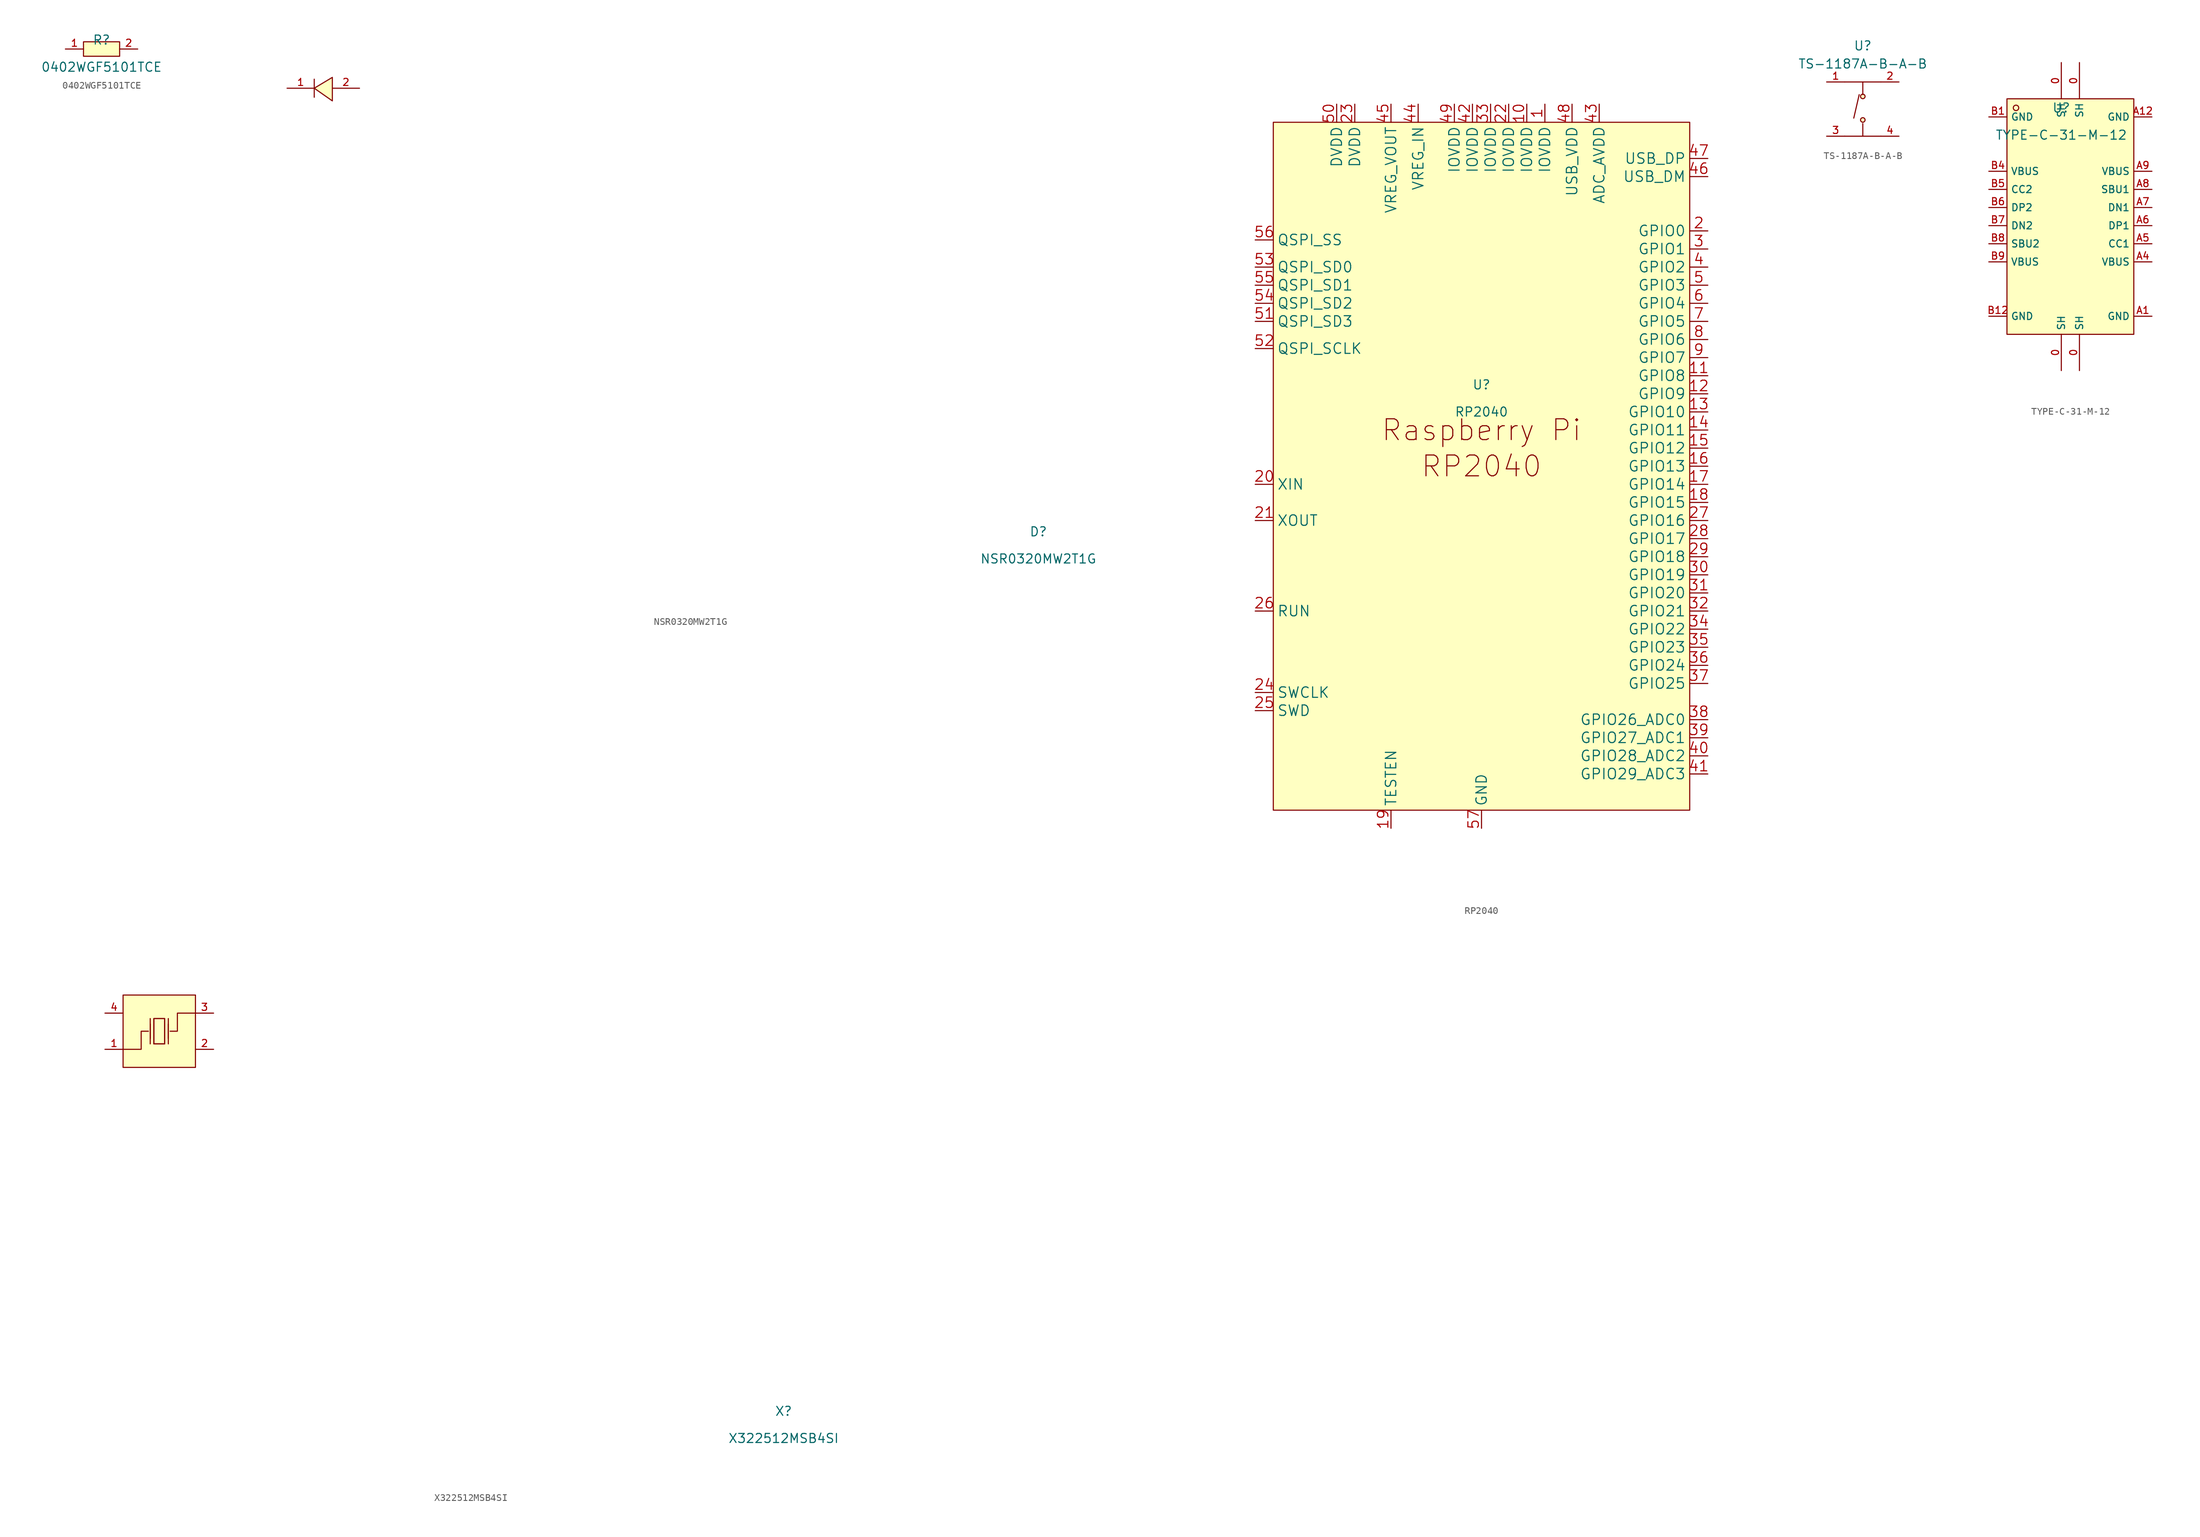
<source format=kicad_sym>
(kicad_symbol_lib
  (version 20211014)
  (generator kicad_symbol_editor)
  (symbol "0402WGF5101TCE"
    (pin_names hide)
    (property "Reference" "R"
      (at 0 1.27 0)
      (effects (font (size 1.27 1.27))))
    (property "Value" "0402WGF5101TCE"
      (at 0 -2.54 0)
      (effects (font (size 1.27 1.27))))
    (symbol "0402WGF5101TCE_0_0"
      (rectangle (start -2.54 1.016) (end 2.54 -1.016) (stroke (width 0) (type default) (color 0 0 0 0)) (fill (type background)))
      (pin input line (at -5.08 0 0) (length 2.54) (name "1" (effects (font (size 1 1)))) (number "1" (effects (font (size 1 1)))))
      (pin input line (at 5.08 0 180) (length 2.54) (name "2" (effects (font (size 1 1)))) (number "2" (effects (font (size 1 1)))))))
  (symbol "NSR0320MW2T1G"
    (pin_names hide)
    (property "Reference" "D"
      (at 0 1.27 0)
      (effects (font (size 1.27 1.27))))
    (property "Value" "NSR0320MW2T1G"
      (at 0 -2.54 0)
      (effects (font (size 1.27 1.27))))
    (symbol "NSR0320MW2T1G_0_0"
      (polyline (pts (xy -101.6 64.77) (xy -101.6 62.23)) (stroke (width 0) (type default) (color 0 0 0 0)) (fill (type none)))
      (polyline (pts (xy -99.06 65.024) (xy -101.6 63.5) (xy -99.06 61.722) (xy -99.06 65.024)) (stroke (width 0) (type default) (color 0 0 0 0)) (fill (type background)))
      (pin unspecified line (at -105.41 63.5 0) (length 3.81) (name "C" (effects (font (size 1 1)))) (number "1" (effects (font (size 1 1)))))
      (pin unspecified line (at -95.25 63.5 180) (length 3.81) (name "A" (effects (font (size 1 1)))) (number "2" (effects (font (size 1 1)))))))
  (symbol "RP2040"
    (property "Reference" "U"
      (at 0 1.27 0)
      (effects (font (size 1.27 1.27))))
    (property "Value" "RP2040"
      (at 0 -2.54 0)
      (effects (font (size 1.27 1.27))))
    (symbol "RP2040_0_0"
      (rectangle (start -29.21 38.1) (end 29.21 -58.42) (stroke (width 0) (type default) (color 0 0 0 0)) (fill (type background)))
      (text "Raspberry Pi" (at 0 -5.08 0) (effects (font (size 2.921 2.921))))
      (text "RP2040" (at 0 -10.16 0) (effects (font (size 2.921 2.921))))
      (pin bidirectional line (at 8.89 40.64 270) (length 2.54) (name "IOVDD" (effects (font (size 1.473 1.473)))) (number "1" (effects (font (size 1.473 1.473)))))
      (pin bidirectional line (at 6.35 40.64 270) (length 2.54) (name "IOVDD" (effects (font (size 1.473 1.473)))) (number "10" (effects (font (size 1.473 1.473)))))
      (pin bidirectional line (at 31.75 2.54 180) (length 2.54) (name "GPIO8" (effects (font (size 1.473 1.473)))) (number "11" (effects (font (size 1.473 1.473)))))
      (pin bidirectional line (at 31.75 0 180) (length 2.54) (name "GPIO9" (effects (font (size 1.473 1.473)))) (number "12" (effects (font (size 1.473 1.473)))))
      (pin bidirectional line (at 31.75 -2.54 180) (length 2.54) (name "GPIO10" (effects (font (size 1.473 1.473)))) (number "13" (effects (font (size 1.473 1.473)))))
      (pin bidirectional line (at 31.75 -5.08 180) (length 2.54) (name "GPIO11" (effects (font (size 1.473 1.473)))) (number "14" (effects (font (size 1.473 1.473)))))
      (pin bidirectional line (at 31.75 -7.62 180) (length 2.54) (name "GPIO12" (effects (font (size 1.473 1.473)))) (number "15" (effects (font (size 1.473 1.473)))))
      (pin bidirectional line (at 31.75 -10.16 180) (length 2.54) (name "GPIO13" (effects (font (size 1.473 1.473)))) (number "16" (effects (font (size 1.473 1.473)))))
      (pin bidirectional line (at 31.75 -12.7 180) (length 2.54) (name "GPIO14" (effects (font (size 1.473 1.473)))) (number "17" (effects (font (size 1.473 1.473)))))
      (pin bidirectional line (at 31.75 -15.24 180) (length 2.54) (name "GPIO15" (effects (font (size 1.473 1.473)))) (number "18" (effects (font (size 1.473 1.473)))))
      (pin unspecified line (at -12.7 -60.96 90) (length 2.54) (name "TESTEN" (effects (font (size 1.473 1.473)))) (number "19" (effects (font (size 1.473 1.473)))))
      (pin bidirectional line (at 31.75 22.86 180) (length 2.54) (name "GPIO0" (effects (font (size 1.473 1.473)))) (number "2" (effects (font (size 1.473 1.473)))))
      (pin input line (at -31.75 -12.7 0) (length 2.54) (name "XIN" (effects (font (size 1.473 1.473)))) (number "20" (effects (font (size 1.473 1.473)))))
      (pin unspecified line (at -31.75 -17.78 0) (length 2.54) (name "XOUT" (effects (font (size 1.473 1.473)))) (number "21" (effects (font (size 1.473 1.473)))))
      (pin bidirectional line (at 3.81 40.64 270) (length 2.54) (name "IOVDD" (effects (font (size 1.473 1.473)))) (number "22" (effects (font (size 1.473 1.473)))))
      (pin bidirectional line (at -17.78 40.64 270) (length 2.54) (name "DVDD" (effects (font (size 1.473 1.473)))) (number "23" (effects (font (size 1.473 1.473)))))
      (pin output line (at -31.75 -41.91 0) (length 2.54) (name "SWCLK" (effects (font (size 1.473 1.473)))) (number "24" (effects (font (size 1.473 1.473)))))
      (pin bidirectional line (at -31.75 -44.45 0) (length 2.54) (name "SWD" (effects (font (size 1.473 1.473)))) (number "25" (effects (font (size 1.473 1.473)))))
      (pin input line (at -31.75 -30.48 0) (length 2.54) (name "RUN" (effects (font (size 1.473 1.473)))) (number "26" (effects (font (size 1.473 1.473)))))
      (pin bidirectional line (at 31.75 -17.78 180) (length 2.54) (name "GPIO16" (effects (font (size 1.473 1.473)))) (number "27" (effects (font (size 1.473 1.473)))))
      (pin bidirectional line (at 31.75 -20.32 180) (length 2.54) (name "GPIO17" (effects (font (size 1.473 1.473)))) (number "28" (effects (font (size 1.473 1.473)))))
      (pin bidirectional line (at 31.75 -22.86 180) (length 2.54) (name "GPIO18" (effects (font (size 1.473 1.473)))) (number "29" (effects (font (size 1.473 1.473)))))
      (pin bidirectional line (at 31.75 20.32 180) (length 2.54) (name "GPIO1" (effects (font (size 1.473 1.473)))) (number "3" (effects (font (size 1.473 1.473)))))
      (pin bidirectional line (at 31.75 -25.4 180) (length 2.54) (name "GPIO19" (effects (font (size 1.473 1.473)))) (number "30" (effects (font (size 1.473 1.473)))))
      (pin bidirectional line (at 31.75 -27.94 180) (length 2.54) (name "GPIO20" (effects (font (size 1.473 1.473)))) (number "31" (effects (font (size 1.473 1.473)))))
      (pin bidirectional line (at 31.75 -30.48 180) (length 2.54) (name "GPIO21" (effects (font (size 1.473 1.473)))) (number "32" (effects (font (size 1.473 1.473)))))
      (pin bidirectional line (at 1.27 40.64 270) (length 2.54) (name "IOVDD" (effects (font (size 1.473 1.473)))) (number "33" (effects (font (size 1.473 1.473)))))
      (pin bidirectional line (at 31.75 -33.02 180) (length 2.54) (name "GPIO22" (effects (font (size 1.473 1.473)))) (number "34" (effects (font (size 1.473 1.473)))))
      (pin bidirectional line (at 31.75 -35.56 180) (length 2.54) (name "GPIO23" (effects (font (size 1.473 1.473)))) (number "35" (effects (font (size 1.473 1.473)))))
      (pin bidirectional line (at 31.75 -38.1 180) (length 2.54) (name "GPIO24" (effects (font (size 1.473 1.473)))) (number "36" (effects (font (size 1.473 1.473)))))
      (pin bidirectional line (at 31.75 -40.64 180) (length 2.54) (name "GPIO25" (effects (font (size 1.473 1.473)))) (number "37" (effects (font (size 1.473 1.473)))))
      (pin bidirectional line (at 31.75 -45.72 180) (length 2.54) (name "GPIO26_ADC0" (effects (font (size 1.473 1.473)))) (number "38" (effects (font (size 1.473 1.473)))))
      (pin bidirectional line (at 31.75 -48.26 180) (length 2.54) (name "GPIO27_ADC1" (effects (font (size 1.473 1.473)))) (number "39" (effects (font (size 1.473 1.473)))))
      (pin bidirectional line (at 31.75 17.78 180) (length 2.54) (name "GPIO2" (effects (font (size 1.473 1.473)))) (number "4" (effects (font (size 1.473 1.473)))))
      (pin bidirectional line (at 31.75 -50.8 180) (length 2.54) (name "GPIO28_ADC2" (effects (font (size 1.473 1.473)))) (number "40" (effects (font (size 1.473 1.473)))))
      (pin bidirectional line (at 31.75 -53.34 180) (length 2.54) (name "GPIO29_ADC3" (effects (font (size 1.473 1.473)))) (number "41" (effects (font (size 1.473 1.473)))))
      (pin bidirectional line (at -1.27 40.64 270) (length 2.54) (name "IOVDD" (effects (font (size 1.473 1.473)))) (number "42" (effects (font (size 1.473 1.473)))))
      (pin bidirectional line (at 16.51 40.64 270) (length 2.54) (name "ADC_AVDD" (effects (font (size 1.473 1.473)))) (number "43" (effects (font (size 1.473 1.473)))))
      (pin bidirectional line (at -8.89 40.64 270) (length 2.54) (name "VREG_IN" (effects (font (size 1.473 1.473)))) (number "44" (effects (font (size 1.473 1.473)))))
      (pin bidirectional line (at -12.7 40.64 270) (length 2.54) (name "VREG_VOUT" (effects (font (size 1.473 1.473)))) (number "45" (effects (font (size 1.473 1.473)))))
      (pin bidirectional line (at 31.75 30.48 180) (length 2.54) (name "USB_DM" (effects (font (size 1.473 1.473)))) (number "46" (effects (font (size 1.473 1.473)))))
      (pin bidirectional line (at 31.75 33.02 180) (length 2.54) (name "USB_DP" (effects (font (size 1.473 1.473)))) (number "47" (effects (font (size 1.473 1.473)))))
      (pin bidirectional line (at 12.7 40.64 270) (length 2.54) (name "USB_VDD" (effects (font (size 1.473 1.473)))) (number "48" (effects (font (size 1.473 1.473)))))
      (pin bidirectional line (at -3.81 40.64 270) (length 2.54) (name "IOVDD" (effects (font (size 1.473 1.473)))) (number "49" (effects (font (size 1.473 1.473)))))
      (pin bidirectional line (at 31.75 15.24 180) (length 2.54) (name "GPIO3" (effects (font (size 1.473 1.473)))) (number "5" (effects (font (size 1.473 1.473)))))
      (pin bidirectional line (at -20.32 40.64 270) (length 2.54) (name "DVDD" (effects (font (size 1.473 1.473)))) (number "50" (effects (font (size 1.473 1.473)))))
      (pin bidirectional line (at -31.75 10.16 0) (length 2.54) (name "QSPI_SD3" (effects (font (size 1.473 1.473)))) (number "51" (effects (font (size 1.473 1.473)))))
      (pin output line (at -31.75 6.35 0) (length 2.54) (name "QSPI_SCLK" (effects (font (size 1.473 1.473)))) (number "52" (effects (font (size 1.473 1.473)))))
      (pin bidirectional line (at -31.75 17.78 0) (length 2.54) (name "QSPI_SD0" (effects (font (size 1.473 1.473)))) (number "53" (effects (font (size 1.473 1.473)))))
      (pin bidirectional line (at -31.75 12.7 0) (length 2.54) (name "QSPI_SD2" (effects (font (size 1.473 1.473)))) (number "54" (effects (font (size 1.473 1.473)))))
      (pin bidirectional line (at -31.75 15.24 0) (length 2.54) (name "QSPI_SD1" (effects (font (size 1.473 1.473)))) (number "55" (effects (font (size 1.473 1.473)))))
      (pin bidirectional line (at -31.75 21.59 0) (length 2.54) (name "QSPI_SS" (effects (font (size 1.473 1.473)))) (number "56" (effects (font (size 1.473 1.473)))))
      (pin bidirectional line (at 0 -60.96 90) (length 2.54) (name "GND" (effects (font (size 1.473 1.473)))) (number "57" (effects (font (size 1.473 1.473)))))
      (pin bidirectional line (at 31.75 12.7 180) (length 2.54) (name "GPIO4" (effects (font (size 1.473 1.473)))) (number "6" (effects (font (size 1.473 1.473)))))
      (pin bidirectional line (at 31.75 10.16 180) (length 2.54) (name "GPIO5" (effects (font (size 1.473 1.473)))) (number "7" (effects (font (size 1.473 1.473)))))
      (pin bidirectional line (at 31.75 7.62 180) (length 2.54) (name "GPIO6" (effects (font (size 1.473 1.473)))) (number "8" (effects (font (size 1.473 1.473)))))
      (pin bidirectional line (at 31.75 5.08 180) (length 2.54) (name "GPIO7" (effects (font (size 1.473 1.473)))) (number "9" (effects (font (size 1.473 1.473)))))))
  (symbol "TS-1187A-B-A-B"
    (pin_names hide)
    (property "Reference" "U"
      (at 0 8.89 0)
      (effects (font (size 1.27 1.27))))
    (property "Value" "TS-1187A-B-A-B"
      (at 0 6.35 0)
      (effects (font (size 1.27 1.27))))
    (symbol "TS-1187A-B-A-B_0_0"
      (circle (center 0 -1.524) (radius 0.318) (stroke (width 0) (type default) (color 0 0 0 0)) (fill (type background)))
      (polyline (pts (xy -2.54 -3.81) (xy 2.54 -3.81)) (stroke (width 0) (type default) (color 0 0 0 0)) (fill (type none)))
      (polyline (pts (xy -2.54 3.81) (xy 2.54 3.81)) (stroke (width 0) (type default) (color 0 0 0 0)) (fill (type none)))
      (polyline (pts (xy -0.508 2.032) (xy -1.27 -1.27)) (stroke (width 0) (type default) (color 0 0 0 0)) (fill (type none)))
      (polyline (pts (xy 0 -2.032) (xy 0 -3.81)) (stroke (width 0) (type default) (color 0 0 0 0)) (fill (type none)))
      (polyline (pts (xy 0 2.032) (xy 0 3.81)) (stroke (width 0) (type default) (color 0 0 0 0)) (fill (type none)))
      (circle (center 0 1.778) (radius 0.318) (stroke (width 0) (type default) (color 0 0 0 0)) (fill (type background)))
      (pin unspecified line (at -5.08 3.81 0) (length 2.54) (name "A" (effects (font (size 1 1)))) (number "1" (effects (font (size 1 1)))))
      (pin unspecified line (at 5.08 3.81 180) (length 2.54) (name "B" (effects (font (size 1 1)))) (number "2" (effects (font (size 1 1)))))
      (pin unspecified line (at -5.08 -3.81 0) (length 2.54) (name "C" (effects (font (size 1 1)))) (number "3" (effects (font (size 1 1)))))
      (pin unspecified line (at 5.08 -3.81 180) (length 2.54) (name "D" (effects (font (size 1 1)))) (number "4" (effects (font (size 1 1)))))))
  (symbol "TYPE-C-31-M-12"
    (property "Reference" "U"
      (at 0 1.27 0)
      (effects (font (size 1.27 1.27))))
    (property "Value" "TYPE-C-31-M-12"
      (at 0 -2.54 0)
      (effects (font (size 1.27 1.27))))
    (symbol "TYPE-C-31-M-12_0_0"
      (rectangle (start -7.62 2.54) (end 10.16 -30.48) (stroke (width 0) (type default) (color 0 0 0 0)) (fill (type background)))
      (circle (center -6.35 1.27) (radius 0.381) (stroke (width 0) (type default) (color 0 0 0 0)) (fill (type background)))
      (pin unspecified line (at 0 -35.56 90) (length 5.08) (name "SH" (effects (font (size 1 1)))) (number "0" (effects (font (size 1 1)))))
      (pin unspecified line (at 0 7.62 270) (length 5.08) (name "SH" (effects (font (size 1 1)))) (number "0" (effects (font (size 1 1)))))
      (pin unspecified line (at 2.54 -35.56 90) (length 5.08) (name "SH" (effects (font (size 1 1)))) (number "0" (effects (font (size 1 1)))))
      (pin unspecified line (at 2.54 7.62 270) (length 5.08) (name "SH" (effects (font (size 1 1)))) (number "0" (effects (font (size 1 1)))))
      (pin unspecified line (at 12.7 -27.94 180) (length 2.54) (name "GND" (effects (font (size 1 1)))) (number "A1" (effects (font (size 1 1)))))
      (pin unspecified line (at 12.7 0 180) (length 2.54) (name "GND" (effects (font (size 1 1)))) (number "A12" (effects (font (size 1 1)))))
      (pin unspecified line (at 12.7 -20.32 180) (length 2.54) (name "VBUS" (effects (font (size 1 1)))) (number "A4" (effects (font (size 1 1)))))
      (pin unspecified line (at 12.7 -17.78 180) (length 2.54) (name "CC1" (effects (font (size 1 1)))) (number "A5" (effects (font (size 1 1)))))
      (pin unspecified line (at 12.7 -15.24 180) (length 2.54) (name "DP1" (effects (font (size 1 1)))) (number "A6" (effects (font (size 1 1)))))
      (pin unspecified line (at 12.7 -12.7 180) (length 2.54) (name "DN1" (effects (font (size 1 1)))) (number "A7" (effects (font (size 1 1)))))
      (pin unspecified line (at 12.7 -10.16 180) (length 2.54) (name "SBU1" (effects (font (size 1 1)))) (number "A8" (effects (font (size 1 1)))))
      (pin unspecified line (at 12.7 -7.62 180) (length 2.54) (name "VBUS" (effects (font (size 1 1)))) (number "A9" (effects (font (size 1 1)))))
      (pin unspecified line (at -10.16 0 0) (length 2.54) (name "GND" (effects (font (size 1 1)))) (number "B1" (effects (font (size 1 1)))))
      (pin unspecified line (at -10.16 -27.94 0) (length 2.54) (name "GND" (effects (font (size 1 1)))) (number "B12" (effects (font (size 1 1)))))
      (pin unspecified line (at -10.16 -7.62 0) (length 2.54) (name "VBUS" (effects (font (size 1 1)))) (number "B4" (effects (font (size 1 1)))))
      (pin unspecified line (at -10.16 -10.16 0) (length 2.54) (name "CC2" (effects (font (size 1 1)))) (number "B5" (effects (font (size 1 1)))))
      (pin unspecified line (at -10.16 -12.7 0) (length 2.54) (name "DP2" (effects (font (size 1 1)))) (number "B6" (effects (font (size 1 1)))))
      (pin unspecified line (at -10.16 -15.24 0) (length 2.54) (name "DN2" (effects (font (size 1 1)))) (number "B7" (effects (font (size 1 1)))))
      (pin unspecified line (at -10.16 -17.78 0) (length 2.54) (name "SBU2" (effects (font (size 1 1)))) (number "B8" (effects (font (size 1 1)))))
      (pin unspecified line (at -10.16 -20.32 0) (length 2.54) (name "VBUS" (effects (font (size 1 1)))) (number "B9" (effects (font (size 1 1)))))))
  (symbol "X322512MSB4SI"
    (pin_names hide)
    (property "Reference" "X"
      (at 0 1.27 0)
      (effects (font (size 1.27 1.27))))
    (property "Value" "X322512MSB4SI"
      (at 0 -2.54 0)
      (effects (font (size 1.27 1.27))))
    (symbol "X322512MSB4SI_0_0"
      (rectangle (start -92.71 59.69) (end -82.55 49.53) (stroke (width 0) (type default) (color 0 0 0 0)) (fill (type background)))
      (polyline (pts (xy -88.9 52.832) (xy -88.9 56.388)) (stroke (width 0) (type default) (color 0 0 0 0)) (fill (type none)))
      (polyline (pts (xy -88.9 53.594) (xy -88.9 55.626)) (stroke (width 0) (type default) (color 0 0 0 0)) (fill (type none)))
      (polyline (pts (xy -86.868 52.832) (xy -88.392 52.832)) (stroke (width 0) (type default) (color 0 0 0 0)) (fill (type none)))
      (polyline (pts (xy -86.36 52.832) (xy -86.36 56.388)) (stroke (width 0) (type default) (color 0 0 0 0)) (fill (type none)))
      (polyline (pts (xy -86.36 53.594) (xy -86.36 55.626)) (stroke (width 0) (type default) (color 0 0 0 0)) (fill (type none)))
      (polyline (pts (xy -92.71 52.07) (xy -90.17 52.07) (xy -90.17 54.61) (xy -89.154 54.61)) (stroke (width 0) (type default) (color 0 0 0 0)) (fill (type none)))
      (polyline (pts (xy -88.392 52.832) (xy -88.392 56.388) (xy -86.868 56.388) (xy -86.868 52.832)) (stroke (width 0) (type default) (color 0 0 0 0)) (fill (type none)))
      (polyline (pts (xy -82.55 57.15) (xy -85.09 57.15) (xy -85.09 54.61) (xy -86.106 54.61)) (stroke (width 0) (type default) (color 0 0 0 0)) (fill (type none)))
      (polyline (pts (xy -86.868 56.388) (xy -86.868 52.832) (xy -88.392 52.832) (xy -88.392 56.388) (xy -86.868 56.388)) (stroke (width 0) (type default) (color 0 0 0 0)) (fill (type none)))
      (pin unspecified line (at -95.25 52.07 0) (length 2.54) (name "OSC1" (effects (font (size 1 1)))) (number "1" (effects (font (size 1 1)))))
      (pin unspecified line (at -80.01 52.07 180) (length 2.54) (name "GND" (effects (font (size 1 1)))) (number "2" (effects (font (size 1 1)))))
      (pin unspecified line (at -80.01 57.15 180) (length 2.54) (name "OSC2" (effects (font (size 1 1)))) (number "3" (effects (font (size 1 1)))))
      (pin unspecified line (at -95.25 57.15 0) (length 2.54) (name "GND" (effects (font (size 1 1)))) (number "4" (effects (font (size 1 1))))))))
</source>
